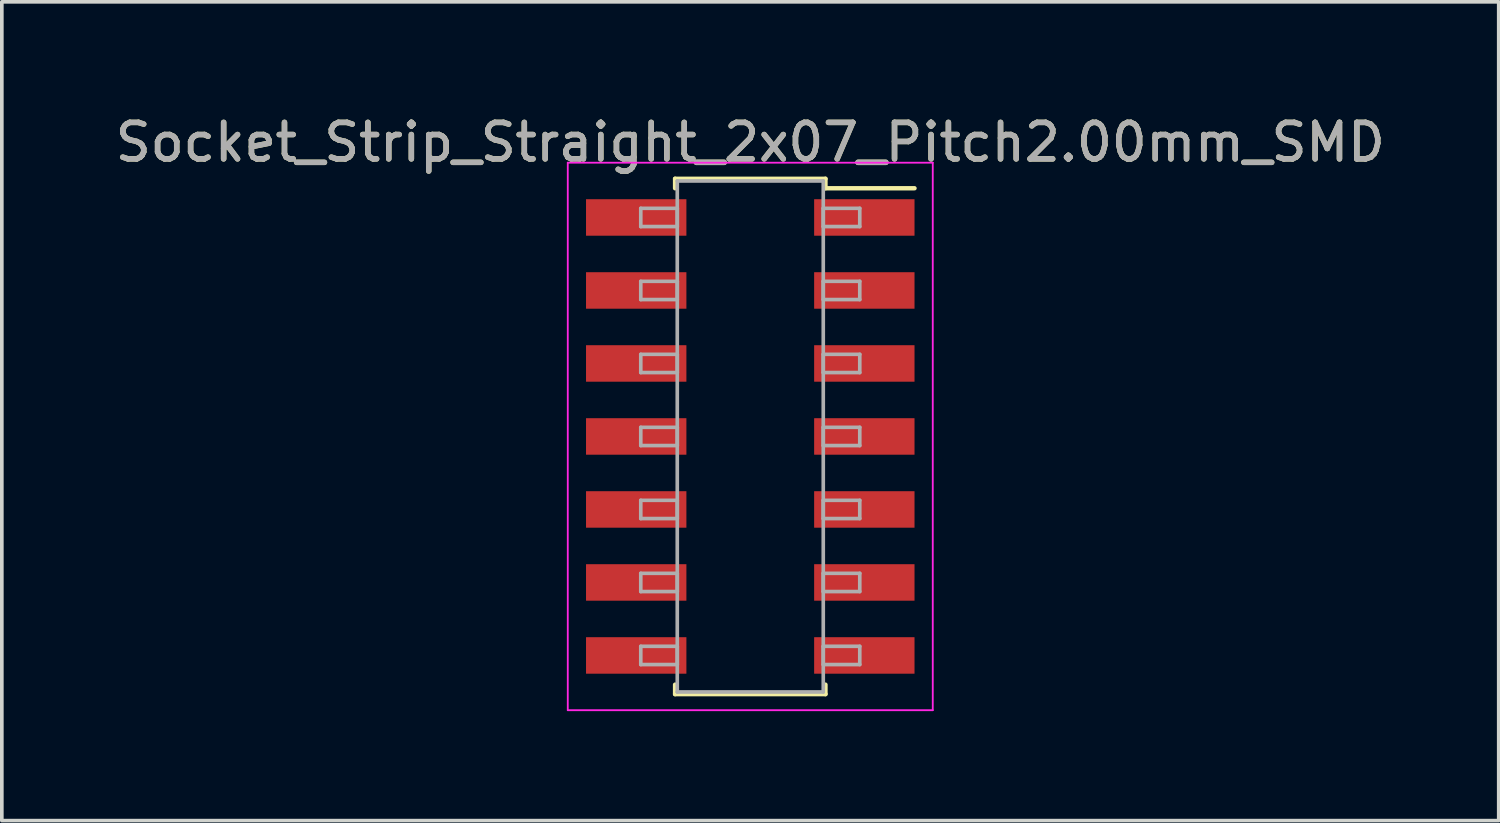
<source format=kicad_pcb>
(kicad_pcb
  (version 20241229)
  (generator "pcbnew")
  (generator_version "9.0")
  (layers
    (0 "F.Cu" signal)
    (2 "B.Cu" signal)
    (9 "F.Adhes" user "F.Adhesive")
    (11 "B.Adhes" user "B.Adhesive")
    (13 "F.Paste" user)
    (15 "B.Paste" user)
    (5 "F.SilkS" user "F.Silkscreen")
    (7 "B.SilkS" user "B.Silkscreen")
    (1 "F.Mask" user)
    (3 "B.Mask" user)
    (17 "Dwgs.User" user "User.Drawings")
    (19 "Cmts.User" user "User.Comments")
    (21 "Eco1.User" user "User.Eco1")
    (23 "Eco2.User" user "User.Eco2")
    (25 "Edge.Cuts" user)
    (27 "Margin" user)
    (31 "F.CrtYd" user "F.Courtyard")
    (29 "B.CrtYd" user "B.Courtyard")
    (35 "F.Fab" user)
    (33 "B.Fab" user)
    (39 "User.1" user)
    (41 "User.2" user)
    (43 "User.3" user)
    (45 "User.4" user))
  (footprint "Socket_Strip_Straight_2x07_Pitch2.00mm_SMD"
    (layer "F.Cu")
    (at 17.506 8.908)
    (property "Reference" "Socket_Strip_Straight_2x07_Pitch2.00mm_SMD" (at 0 -8.06 0) (layer "F.SilkS") (effects (font (size 1 1) (thickness 0.15))))
    (attr smd)
    (fp_line (start -2.06 -7.06) (end 2.06 -7.06) (stroke (width 0.12) (type solid)) (layer "F.SilkS"))
    (fp_line (start -2.06 -6.8) (end -2.06 -7.06) (stroke (width 0.12) (type solid)) (layer "F.SilkS"))
    (fp_line (start -2.06 6.8) (end -2.06 7.06) (stroke (width 0.12) (type solid)) (layer "F.SilkS"))
    (fp_line (start -2.06 7.06) (end 2.06 7.06) (stroke (width 0.12) (type solid)) (layer "F.SilkS"))
    (fp_line (start 2.06 -7.06) (end 2.06 -6.8) (stroke (width 0.12) (type solid)) (layer "F.SilkS"))
    (fp_line (start 2.06 7.06) (end 2.06 6.8) (stroke (width 0.12) (type solid)) (layer "F.SilkS"))
    (fp_line (start 4.5 -6.8) (end 2.06 -6.8) (stroke (width 0.12) (type solid)) (layer "F.SilkS"))
    (fp_line (start -5 -7.5) (end -5 7.5) (stroke (width 0.05) (type solid)) (layer "F.CrtYd"))
    (fp_line (start -5 7.5) (end 5 7.5) (stroke (width 0.05) (type solid)) (layer "F.CrtYd"))
    (fp_line (start 5 -7.5) (end -5 -7.5) (stroke (width 0.05) (type solid)) (layer "F.CrtYd"))
    (fp_line (start 5 7.5) (end 5 -7.5) (stroke (width 0.05) (type solid)) (layer "F.CrtYd"))
    (fp_line (start -3 -6.25) (end -2 -6.25) (stroke (width 0.1) (type solid)) (layer "F.Fab"))
    (fp_line (start -3 -5.75) (end -3 -6.25) (stroke (width 0.1) (type solid)) (layer "F.Fab"))
    (fp_line (start -3 -4.25) (end -2 -4.25) (stroke (width 0.1) (type solid)) (layer "F.Fab"))
    (fp_line (start -3 -3.75) (end -3 -4.25) (stroke (width 0.1) (type solid)) (layer "F.Fab"))
    (fp_line (start -3 -2.25) (end -2 -2.25) (stroke (width 0.1) (type solid)) (layer "F.Fab"))
    (fp_line (start -3 -1.75) (end -3 -2.25) (stroke (width 0.1) (type solid)) (layer "F.Fab"))
    (fp_line (start -3 -0.25) (end -2 -0.25) (stroke (width 0.1) (type solid)) (layer "F.Fab"))
    (fp_line (start -3 0.25) (end -3 -0.25) (stroke (width 0.1) (type solid)) (layer "F.Fab"))
    (fp_line (start -3 1.75) (end -2 1.75) (stroke (width 0.1) (type solid)) (layer "F.Fab"))
    (fp_line (start -3 2.25) (end -3 1.75) (stroke (width 0.1) (type solid)) (layer "F.Fab"))
    (fp_line (start -3 3.75) (end -2 3.75) (stroke (width 0.1) (type solid)) (layer "F.Fab"))
    (fp_line (start -3 4.25) (end -3 3.75) (stroke (width 0.1) (type solid)) (layer "F.Fab"))
    (fp_line (start -3 5.75) (end -2 5.75) (stroke (width 0.1) (type solid)) (layer "F.Fab"))
    (fp_line (start -3 6.25) (end -3 5.75) (stroke (width 0.1) (type solid)) (layer "F.Fab"))
    (fp_line (start -2 -7) (end -2 7) (stroke (width 0.1) (type solid)) (layer "F.Fab"))
    (fp_line (start -2 -6.25) (end -2 -5.75) (stroke (width 0.1) (type solid)) (layer "F.Fab"))
    (fp_line (start -2 -5.75) (end -3 -5.75) (stroke (width 0.1) (type solid)) (layer "F.Fab"))
    (fp_line (start -2 -4.25) (end -2 -3.75) (stroke (width 0.1) (type solid)) (layer "F.Fab"))
    (fp_line (start -2 -3.75) (end -3 -3.75) (stroke (width 0.1) (type solid)) (layer "F.Fab"))
    (fp_line (start -2 -2.25) (end -2 -1.75) (stroke (width 0.1) (type solid)) (layer "F.Fab"))
    (fp_line (start -2 -1.75) (end -3 -1.75) (stroke (width 0.1) (type solid)) (layer "F.Fab"))
    (fp_line (start -2 -0.25) (end -2 0.25) (stroke (width 0.1) (type solid)) (layer "F.Fab"))
    (fp_line (start -2 0.25) (end -3 0.25) (stroke (width 0.1) (type solid)) (layer "F.Fab"))
    (fp_line (start -2 1.75) (end -2 2.25) (stroke (width 0.1) (type solid)) (layer "F.Fab"))
    (fp_line (start -2 2.25) (end -3 2.25) (stroke (width 0.1) (type solid)) (layer "F.Fab"))
    (fp_line (start -2 3.75) (end -2 4.25) (stroke (width 0.1) (type solid)) (layer "F.Fab"))
    (fp_line (start -2 4.25) (end -3 4.25) (stroke (width 0.1) (type solid)) (layer "F.Fab"))
    (fp_line (start -2 5.75) (end -2 6.25) (stroke (width 0.1) (type solid)) (layer "F.Fab"))
    (fp_line (start -2 6.25) (end -3 6.25) (stroke (width 0.1) (type solid)) (layer "F.Fab"))
    (fp_line (start -2 7) (end 2 7) (stroke (width 0.1) (type solid)) (layer "F.Fab"))
    (fp_line (start 2 -7) (end -2 -7) (stroke (width 0.1) (type solid)) (layer "F.Fab"))
    (fp_line (start 2 -6.25) (end 2 -5.75) (stroke (width 0.1) (type solid)) (layer "F.Fab"))
    (fp_line (start 2 -5.75) (end 3 -5.75) (stroke (width 0.1) (type solid)) (layer "F.Fab"))
    (fp_line (start 2 -4.25) (end 2 -3.75) (stroke (width 0.1) (type solid)) (layer "F.Fab"))
    (fp_line (start 2 -3.75) (end 3 -3.75) (stroke (width 0.1) (type solid)) (layer "F.Fab"))
    (fp_line (start 2 -2.25) (end 2 -1.75) (stroke (width 0.1) (type solid)) (layer "F.Fab"))
    (fp_line (start 2 -1.75) (end 3 -1.75) (stroke (width 0.1) (type solid)) (layer "F.Fab"))
    (fp_line (start 2 -0.25) (end 2 0.25) (stroke (width 0.1) (type solid)) (layer "F.Fab"))
    (fp_line (start 2 0.25) (end 3 0.25) (stroke (width 0.1) (type solid)) (layer "F.Fab"))
    (fp_line (start 2 1.75) (end 2 2.25) (stroke (width 0.1) (type solid)) (layer "F.Fab"))
    (fp_line (start 2 2.25) (end 3 2.25) (stroke (width 0.1) (type solid)) (layer "F.Fab"))
    (fp_line (start 2 3.75) (end 2 4.25) (stroke (width 0.1) (type solid)) (layer "F.Fab"))
    (fp_line (start 2 4.25) (end 3 4.25) (stroke (width 0.1) (type solid)) (layer "F.Fab"))
    (fp_line (start 2 5.75) (end 2 6.25) (stroke (width 0.1) (type solid)) (layer "F.Fab"))
    (fp_line (start 2 6.25) (end 3 6.25) (stroke (width 0.1) (type solid)) (layer "F.Fab"))
    (fp_line (start 2 7) (end 2 -7) (stroke (width 0.1) (type solid)) (layer "F.Fab"))
    (fp_line (start 3 -6.25) (end 2 -6.25) (stroke (width 0.1) (type solid)) (layer "F.Fab"))
    (fp_line (start 3 -5.75) (end 3 -6.25) (stroke (width 0.1) (type solid)) (layer "F.Fab"))
    (fp_line (start 3 -4.25) (end 2 -4.25) (stroke (width 0.1) (type solid)) (layer "F.Fab"))
    (fp_line (start 3 -3.75) (end 3 -4.25) (stroke (width 0.1) (type solid)) (layer "F.Fab"))
    (fp_line (start 3 -2.25) (end 2 -2.25) (stroke (width 0.1) (type solid)) (layer "F.Fab"))
    (fp_line (start 3 -1.75) (end 3 -2.25) (stroke (width 0.1) (type solid)) (layer "F.Fab"))
    (fp_line (start 3 -0.25) (end 2 -0.25) (stroke (width 0.1) (type solid)) (layer "F.Fab"))
    (fp_line (start 3 0.25) (end 3 -0.25) (stroke (width 0.1) (type solid)) (layer "F.Fab"))
    (fp_line (start 3 1.75) (end 2 1.75) (stroke (width 0.1) (type solid)) (layer "F.Fab"))
    (fp_line (start 3 2.25) (end 3 1.75) (stroke (width 0.1) (type solid)) (layer "F.Fab"))
    (fp_line (start 3 3.75) (end 2 3.75) (stroke (width 0.1) (type solid)) (layer "F.Fab"))
    (fp_line (start 3 4.25) (end 3 3.75) (stroke (width 0.1) (type solid)) (layer "F.Fab"))
    (fp_line (start 3 5.75) (end 2 5.75) (stroke (width 0.1) (type solid)) (layer "F.Fab"))
    (fp_line (start 3 6.25) (end 3 5.75) (stroke (width 0.1) (type solid)) (layer "F.Fab"))
    (fp_text user "${REFERENCE}" (at 0 -8.06 0) (layer "F.Fab") (effects (font (size 1 1) (thickness 0.15))))
    (pad "1" smd rect (at 3.125 -6) (size 2.75 1) (layers "F.Cu" "F.Mask" "F.Paste"))
    (pad "2" smd rect (at -3.125 -6) (size 2.75 1) (layers "F.Cu" "F.Mask" "F.Paste"))
    (pad "3" smd rect (at 3.125 -4) (size 2.75 1) (layers "F.Cu" "F.Mask" "F.Paste"))
    (pad "4" smd rect (at -3.125 -4) (size 2.75 1) (layers "F.Cu" "F.Mask" "F.Paste"))
    (pad "5" smd rect (at 3.125 -2) (size 2.75 1) (layers "F.Cu" "F.Mask" "F.Paste"))
    (pad "6" smd rect (at -3.125 -2) (size 2.75 1) (layers "F.Cu" "F.Mask" "F.Paste"))
    (pad "7" smd rect (at 3.125 0) (size 2.75 1) (layers "F.Cu" "F.Mask" "F.Paste"))
    (pad "8" smd rect (at -3.125 0) (size 2.75 1) (layers "F.Cu" "F.Mask" "F.Paste"))
    (pad "9" smd rect (at 3.125 2) (size 2.75 1) (layers "F.Cu" "F.Mask" "F.Paste"))
    (pad "10" smd rect (at -3.125 2) (size 2.75 1) (layers "F.Cu" "F.Mask" "F.Paste"))
    (pad "11" smd rect (at 3.125 4) (size 2.75 1) (layers "F.Cu" "F.Mask" "F.Paste"))
    (pad "12" smd rect (at -3.125 4) (size 2.75 1) (layers "F.Cu" "F.Mask" "F.Paste"))
    (pad "13" smd rect (at 3.125 6) (size 2.75 1) (layers "F.Cu" "F.Mask" "F.Paste"))
    (pad "14" smd rect (at -3.125 6) (size 2.75 1) (layers "F.Cu" "F.Mask" "F.Paste")))
  (gr_rect
    (start -3 -3)
    (end 38.012 19.433)
    (stroke (width 0.1) (type default))
    (fill no)
    (layer "Edge.Cuts")))
</source>
